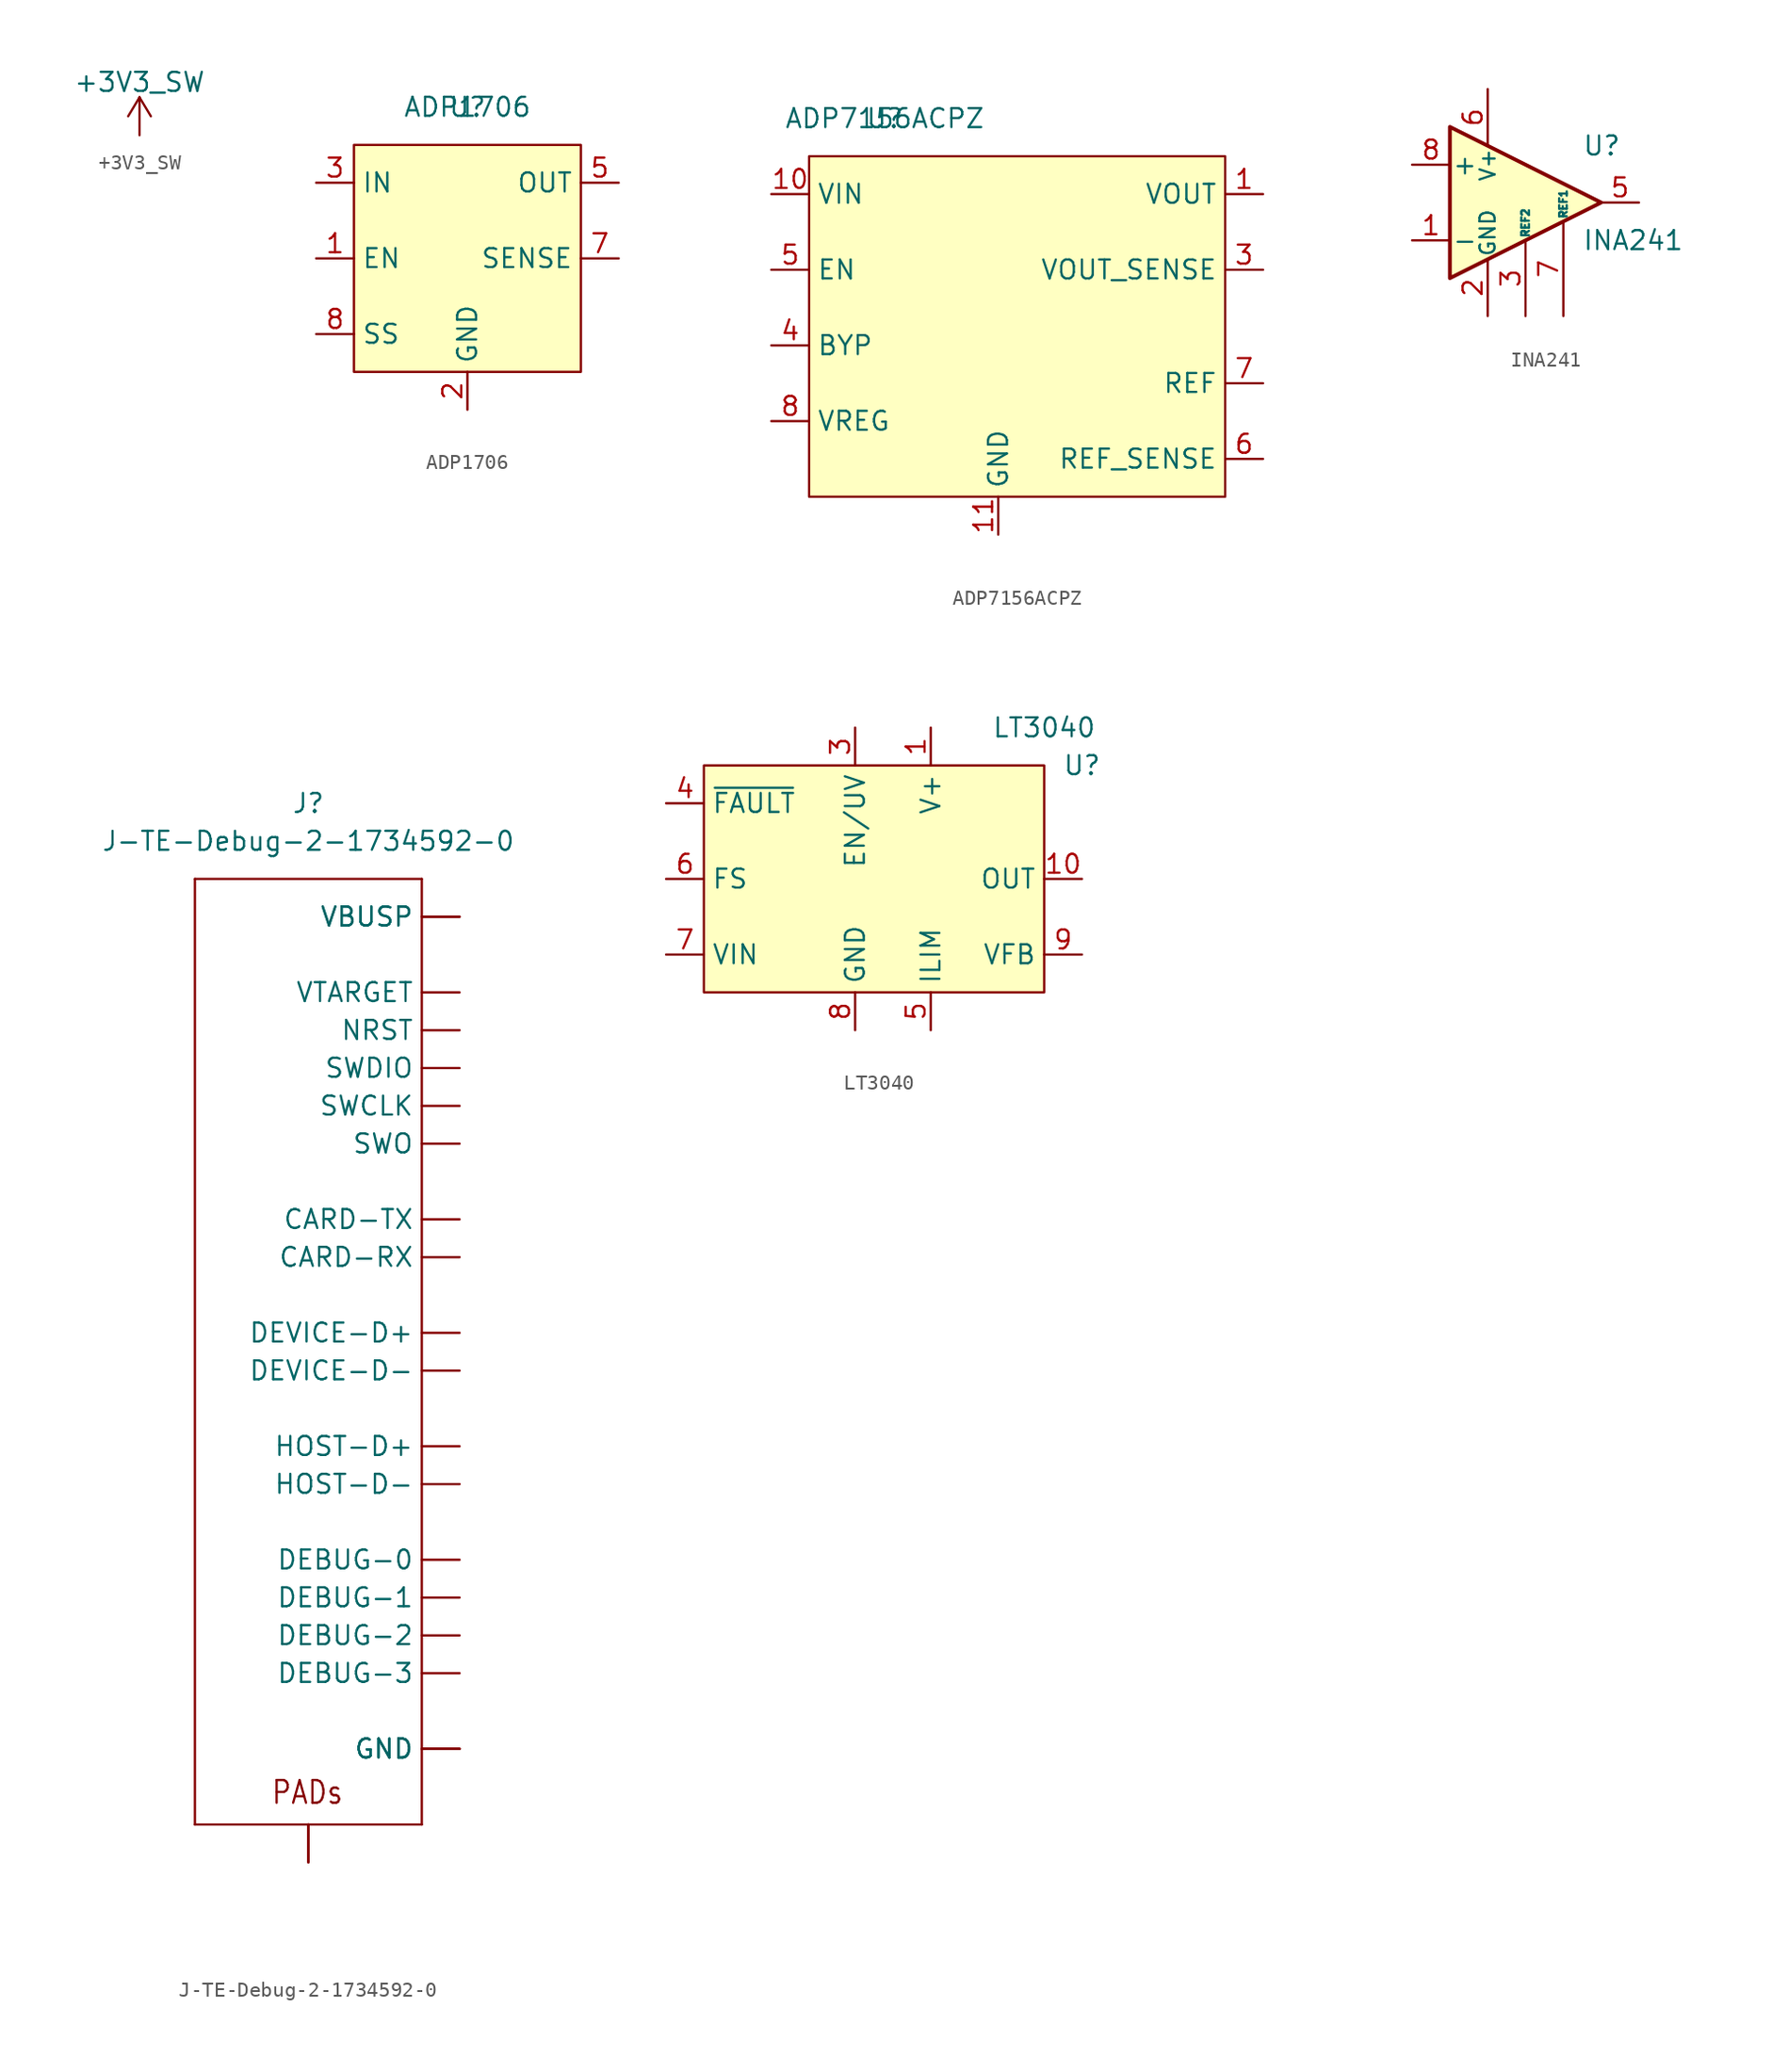
<source format=kicad_sym>
(kicad_symbol_lib
  (version 20220914)
  (generator kicad_symbol_editor)
  (symbol "+3V3_SW"
    (power)
    (pin_names
      (offset 0))
    (property "Reference" "#PWR"
      (at 0 -3.81 0)
      (effects (font (size 1.27 1.27)) hide))
    (property "Value" "+3V3_SW"
      (at 0 3.556 0)
      (effects (font (size 1.27 1.27))))
    (symbol "+3V3_SW_0_1"
      (polyline (pts (xy -0.762 1.27) (xy 0 2.54)) (stroke (width 0) (type default)) (fill (type none)))
      (polyline (pts (xy 0 0) (xy 0 2.54)) (stroke (width 0) (type default)) (fill (type none)))
      (polyline (pts (xy 0 2.54) (xy 0.762 1.27)) (stroke (width 0) (type default)) (fill (type none))))
    (symbol "+3V3_SW_1_1"
      (pin power_in line (at 0 0 90) (length 0) hide (name "+3V3_SW" (effects (font (size 1.27 1.27)))) (number "1" (effects (font (size 1.27 1.27)))))))
  (symbol "ADP1706"
    (property "Reference" "U"
      (at 2.54 7.62 0)
      (effects (font (size 1.27 1.27))))
    (property "Value" "ADP1706"
      (at 2.54 7.62 0)
      (effects (font (size 1.27 1.27))))
    (symbol "ADP1706_0_1"
      (rectangle (start -5.08 5.08) (end 10.16 -10.16) (stroke (width 0) (type default)) (fill (type background))))
    (symbol "ADP1706_1_1"
      (pin input line (at -7.62 -2.54 0) (length 2.54) (name "EN" (effects (font (size 1.27 1.27)))) (number "1" (effects (font (size 1.27 1.27)))))
      (pin power_in line (at 2.54 -12.7 90) (length 2.54) (name "GND" (effects (font (size 1.27 1.27)))) (number "2" (effects (font (size 1.27 1.27)))))
      (pin power_in line (at -7.62 2.54 0) (length 2.54) (name "IN" (effects (font (size 1.27 1.27)))) (number "3" (effects (font (size 1.27 1.27)))))
      (pin power_in line (at -7.62 2.54 0) (length 2.54) hide (name "IN" (effects (font (size 1.27 1.27)))) (number "4" (effects (font (size 1.27 1.27)))))
      (pin power_out line (at 12.7 2.54 180) (length 2.54) (name "OUT" (effects (font (size 1.27 1.27)))) (number "5" (effects (font (size 1.27 1.27)))))
      (pin output line (at 12.7 2.54 180) (length 2.54) hide (name "OUT" (effects (font (size 1.27 1.27)))) (number "6" (effects (font (size 1.27 1.27)))))
      (pin input line (at 12.7 -2.54 180) (length 2.54) (name "SENSE" (effects (font (size 1.27 1.27)))) (number "7" (effects (font (size 1.27 1.27)))))
      (pin input line (at -7.62 -7.62 0) (length 2.54) (name "SS" (effects (font (size 1.27 1.27)))) (number "8" (effects (font (size 1.27 1.27)))))
      (pin input line (at 2.54 -12.7 90) (length 2.54) hide (name "EP" (effects (font (size 1.27 1.27)))) (number "9" (effects (font (size 1.27 1.27)))))))
  (symbol "ADP7156ACPZ"
    (property "Reference" "U"
      (at 0 7.62 0)
      (effects (font (size 1.27 1.27))))
    (property "Value" "ADP7156ACPZ"
      (at 0 7.62 0)
      (effects (font (size 1.27 1.27))))
    (symbol "ADP7156ACPZ_0_1"
      (rectangle (start -5.08 5.08) (end 22.86 -17.78) (stroke (width 0) (type default)) (fill (type background))))
    (symbol "ADP7156ACPZ_1_1"
      (pin power_out line (at 25.4 2.54 180) (length 2.54) (name "VOUT" (effects (font (size 1.27 1.27)))) (number "1" (effects (font (size 1.27 1.27)))))
      (pin power_in line (at -7.62 2.54 0) (length 2.54) (name "VIN" (effects (font (size 1.27 1.27)))) (number "10" (effects (font (size 1.27 1.27)))))
      (pin power_in line (at 7.62 -20.32 90) (length 2.54) (name "GND" (effects (font (size 1.27 1.27)))) (number "11" (effects (font (size 1.27 1.27)))))
      (pin unspecified line (at 25.4 2.54 180) (length 2.54) hide (name "VOUT" (effects (font (size 1.27 1.27)))) (number "2" (effects (font (size 1.27 1.27)))))
      (pin power_out line (at 25.4 -2.54 180) (length 2.54) (name "VOUT_SENSE" (effects (font (size 1.27 1.27)))) (number "3" (effects (font (size 1.27 1.27)))))
      (pin input line (at -7.62 -7.62 0) (length 2.54) (name "BYP" (effects (font (size 1.27 1.27)))) (number "4" (effects (font (size 1.27 1.27)))))
      (pin input line (at -7.62 -2.54 0) (length 2.54) (name "EN" (effects (font (size 1.27 1.27)))) (number "5" (effects (font (size 1.27 1.27)))))
      (pin power_out line (at 25.4 -15.24 180) (length 2.54) (name "REF_SENSE" (effects (font (size 1.27 1.27)))) (number "6" (effects (font (size 1.27 1.27)))))
      (pin power_out line (at 25.4 -10.16 180) (length 2.54) (name "REF" (effects (font (size 1.27 1.27)))) (number "7" (effects (font (size 1.27 1.27)))))
      (pin input line (at -7.62 -12.7 0) (length 2.54) (name "VREG" (effects (font (size 1.27 1.27)))) (number "8" (effects (font (size 1.27 1.27)))))
      (pin unspecified line (at -7.62 2.54 0) (length 2.54) hide (name "VIN" (effects (font (size 1.27 1.27)))) (number "9" (effects (font (size 1.27 1.27)))))))
  (symbol "INA241"
    (pin_names
      (offset 0.127))
    (property "Reference" "U"
      (at 3.81 3.81 0)
      (effects (font (size 1.27 1.27)) (justify left)))
    (property "Value" "INA241"
      (at 3.81 -2.54 0)
      (effects (font (size 1.27 1.27)) (justify left)))
    (symbol "INA241_0_1"
      (polyline (pts (xy 5.08 0) (xy -5.08 5.08) (xy -5.08 -5.08) (xy 5.08 0)) (stroke (width 0.254) (type default)) (fill (type background))))
    (symbol "INA241_1_1"
      (pin input line (at -7.62 -2.54 0) (length 2.54) (name "-" (effects (font (size 1.27 1.27)))) (number "1" (effects (font (size 1.27 1.27)))))
      (pin power_in line (at -2.54 -7.62 90) (length 3.81) (name "GND" (effects (font (size 1.016 1.016)))) (number "2" (effects (font (size 1.27 1.27)))))
      (pin passive line (at 0 -7.62 90) (length 5.08) (name "REF2" (effects (font (size 0.508 0.508)))) (number "3" (effects (font (size 1.27 1.27)))))
      (pin passive line (at -2.54 -7.62 90) (length 3.81) hide (name "GND" (effects (font (size 1.016 1.016)))) (number "4" (effects (font (size 1.27 1.27)))))
      (pin output line (at 7.62 0 180) (length 2.54) (name "~" (effects (font (size 1.27 1.27)))) (number "5" (effects (font (size 1.27 1.27)))))
      (pin power_in line (at -2.54 7.62 270) (length 3.81) (name "V+" (effects (font (size 1.016 1.016)))) (number "6" (effects (font (size 1.27 1.27)))))
      (pin passive line (at 2.54 -7.62 90) (length 6.35) (name "REF1" (effects (font (size 0.508 0.508)))) (number "7" (effects (font (size 1.27 1.27)))))
      (pin input line (at -7.62 2.54 0) (length 2.54) (name "+" (effects (font (size 1.27 1.27)))) (number "8" (effects (font (size 1.27 1.27)))))))
  (symbol "J-TE-Debug-2-1734592-0"
    (property "Reference" "J"
      (at 0 35.56 0)
      (effects (font (size 1.27 1.27))))
    (property "Value" "J-TE-Debug-2-1734592-0"
      (at 0 33.02 0)
      (effects (font (size 1.27 1.27))))
    (symbol "J-TE-Debug-2-1734592-0_1_0"
      (polyline (pts (xy -7.62 -33.02) (xy 7.62 -33.02)) (stroke (width 0.152) (type default)) (fill (type none)))
      (polyline (pts (xy -7.62 30.48) (xy -7.62 -33.02)) (stroke (width 0.152) (type default)) (fill (type none)))
      (polyline (pts (xy 7.62 -33.02) (xy 7.62 30.48)) (stroke (width 0.152) (type default)) (fill (type none)))
      (polyline (pts (xy 7.62 30.48) (xy -7.62 30.48)) (stroke (width 0.152) (type default)) (fill (type none)))
      (text "PADs" (at -2.54 -31.75 0) (effects (font (size 1.524 1.295)) (justify left bottom)))
      (pin passive line (at 10.16 27.94 180) (length 2.54) (name "VBUSP" (effects (font (size 1.27 1.27)))) (number "1" (effects (font (size 0 0)))))
      (pin passive line (at 10.16 20.32 180) (length 2.54) (name "NRST" (effects (font (size 1.27 1.27)))) (number "10" (effects (font (size 0 0)))))
      (pin passive line (at 10.16 22.86 180) (length 2.54) (name "VTARGET" (effects (font (size 1.27 1.27)))) (number "11" (effects (font (size 0 0)))))
      (pin passive line (at 10.16 5.08 180) (length 2.54) (name "CARD-RX" (effects (font (size 1.27 1.27)))) (number "12" (effects (font (size 0 0)))))
      (pin passive line (at 10.16 7.62 180) (length 2.54) (name "CARD-TX" (effects (font (size 1.27 1.27)))) (number "13" (effects (font (size 0 0)))))
      (pin passive line (at 10.16 17.78 180) (length 2.54) (name "SWDIO" (effects (font (size 1.27 1.27)))) (number "14" (effects (font (size 0 0)))))
      (pin passive line (at 10.16 15.24 180) (length 2.54) (name "SWCLK" (effects (font (size 1.27 1.27)))) (number "15" (effects (font (size 0 0)))))
      (pin passive line (at 10.16 12.7 180) (length 2.54) (name "SWO" (effects (font (size 1.27 1.27)))) (number "16" (effects (font (size 0 0)))))
      (pin passive line (at 10.16 -15.24 180) (length 2.54) (name "DEBUG-0" (effects (font (size 1.27 1.27)))) (number "17" (effects (font (size 0 0)))))
      (pin passive line (at 10.16 -17.78 180) (length 2.54) (name "DEBUG-1" (effects (font (size 1.27 1.27)))) (number "18" (effects (font (size 0 0)))))
      (pin passive line (at 10.16 -20.32 180) (length 2.54) (name "DEBUG-2" (effects (font (size 1.27 1.27)))) (number "19" (effects (font (size 0 0)))))
      (pin passive line (at 10.16 27.94 180) (length 2.54) (name "VBUSP" (effects (font (size 1.27 1.27)))) (number "2" (effects (font (size 0 0)))))
      (pin passive line (at 10.16 -22.86 180) (length 2.54) (name "DEBUG-3" (effects (font (size 1.27 1.27)))) (number "20" (effects (font (size 0 0)))))
      (pin passive line (at 10.16 -27.94 180) (length 2.54) (name "GND" (effects (font (size 1.27 1.27)))) (number "3" (effects (font (size 0 0)))))
      (pin passive line (at 10.16 0 180) (length 2.54) (name "DEVICE-D+" (effects (font (size 1.27 1.27)))) (number "4" (effects (font (size 0 0)))))
      (pin passive line (at 10.16 -2.54 180) (length 2.54) (name "DEVICE-D-" (effects (font (size 1.27 1.27)))) (number "5" (effects (font (size 0 0)))))
      (pin passive line (at 10.16 -27.94 180) (length 2.54) (name "GND" (effects (font (size 1.27 1.27)))) (number "6" (effects (font (size 0 0)))))
      (pin passive line (at 10.16 -7.62 180) (length 2.54) (name "HOST-D+" (effects (font (size 1.27 1.27)))) (number "7" (effects (font (size 0 0)))))
      (pin passive line (at 10.16 -10.16 180) (length 2.54) (name "HOST-D-" (effects (font (size 1.27 1.27)))) (number "8" (effects (font (size 0 0)))))
      (pin passive line (at 10.16 -27.94 180) (length 2.54) (name "GND" (effects (font (size 1.27 1.27)))) (number "9" (effects (font (size 0 0)))))
      (pin bidirectional line (at 0 -35.56 90) (length 2.54) (name "PAD" (effects (font (size 0 0)))) (number "PAD1" (effects (font (size 0 0)))))
      (pin bidirectional line (at 0 -35.56 90) (length 2.54) (name "PAD" (effects (font (size 0 0)))) (number "PAD2" (effects (font (size 0 0)))))))
  (symbol "LT3040"
    (property "Reference" "U"
      (at 12.7 7.62 0)
      (effects (font (size 1.27 1.27))))
    (property "Value" "LT3040"
      (at 10.16 10.16 0)
      (effects (font (size 1.27 1.27))))
    (symbol "LT3040_0_1"
      (rectangle (start -12.7 7.62) (end 10.16 -7.62) (stroke (width 0) (type default)) (fill (type background))))
    (symbol "LT3040_1_1"
      (pin power_in line (at 2.54 10.16 270) (length 2.54) (name "V+" (effects (font (size 1.27 1.27)))) (number "1" (effects (font (size 1.27 1.27)))))
      (pin power_out line (at 12.7 0 180) (length 2.54) (name "OUT" (effects (font (size 1.27 1.27)))) (number "10" (effects (font (size 1.27 1.27)))))
      (pin power_in line (at 2.54 10.16 270) (length 2.54) hide (name "V+" (effects (font (size 1.27 1.27)))) (number "2" (effects (font (size 1.27 1.27)))))
      (pin input line (at -2.54 10.16 270) (length 2.54) (name "EN/UV" (effects (font (size 1.27 1.27)))) (number "3" (effects (font (size 1.27 1.27)))))
      (pin output line (at -15.24 5.08 0) (length 2.54) (name "~{FAULT}" (effects (font (size 1.27 1.27)))) (number "4" (effects (font (size 1.27 1.27)))))
      (pin input line (at 2.54 -10.16 90) (length 2.54) (name "ILIM" (effects (font (size 1.27 1.27)))) (number "5" (effects (font (size 1.27 1.27)))))
      (pin input line (at -15.24 0 0) (length 2.54) (name "FS" (effects (font (size 1.27 1.27)))) (number "6" (effects (font (size 1.27 1.27)))))
      (pin power_in line (at -15.24 -5.08 0) (length 2.54) (name "VIN" (effects (font (size 1.27 1.27)))) (number "7" (effects (font (size 1.27 1.27)))))
      (pin power_in line (at -2.54 -10.16 90) (length 2.54) (name "GND" (effects (font (size 1.27 1.27)))) (number "8" (effects (font (size 1.27 1.27)))))
      (pin input line (at 12.7 -5.08 180) (length 2.54) (name "VFB" (effects (font (size 1.27 1.27)))) (number "9" (effects (font (size 1.27 1.27))))))))
</source>
